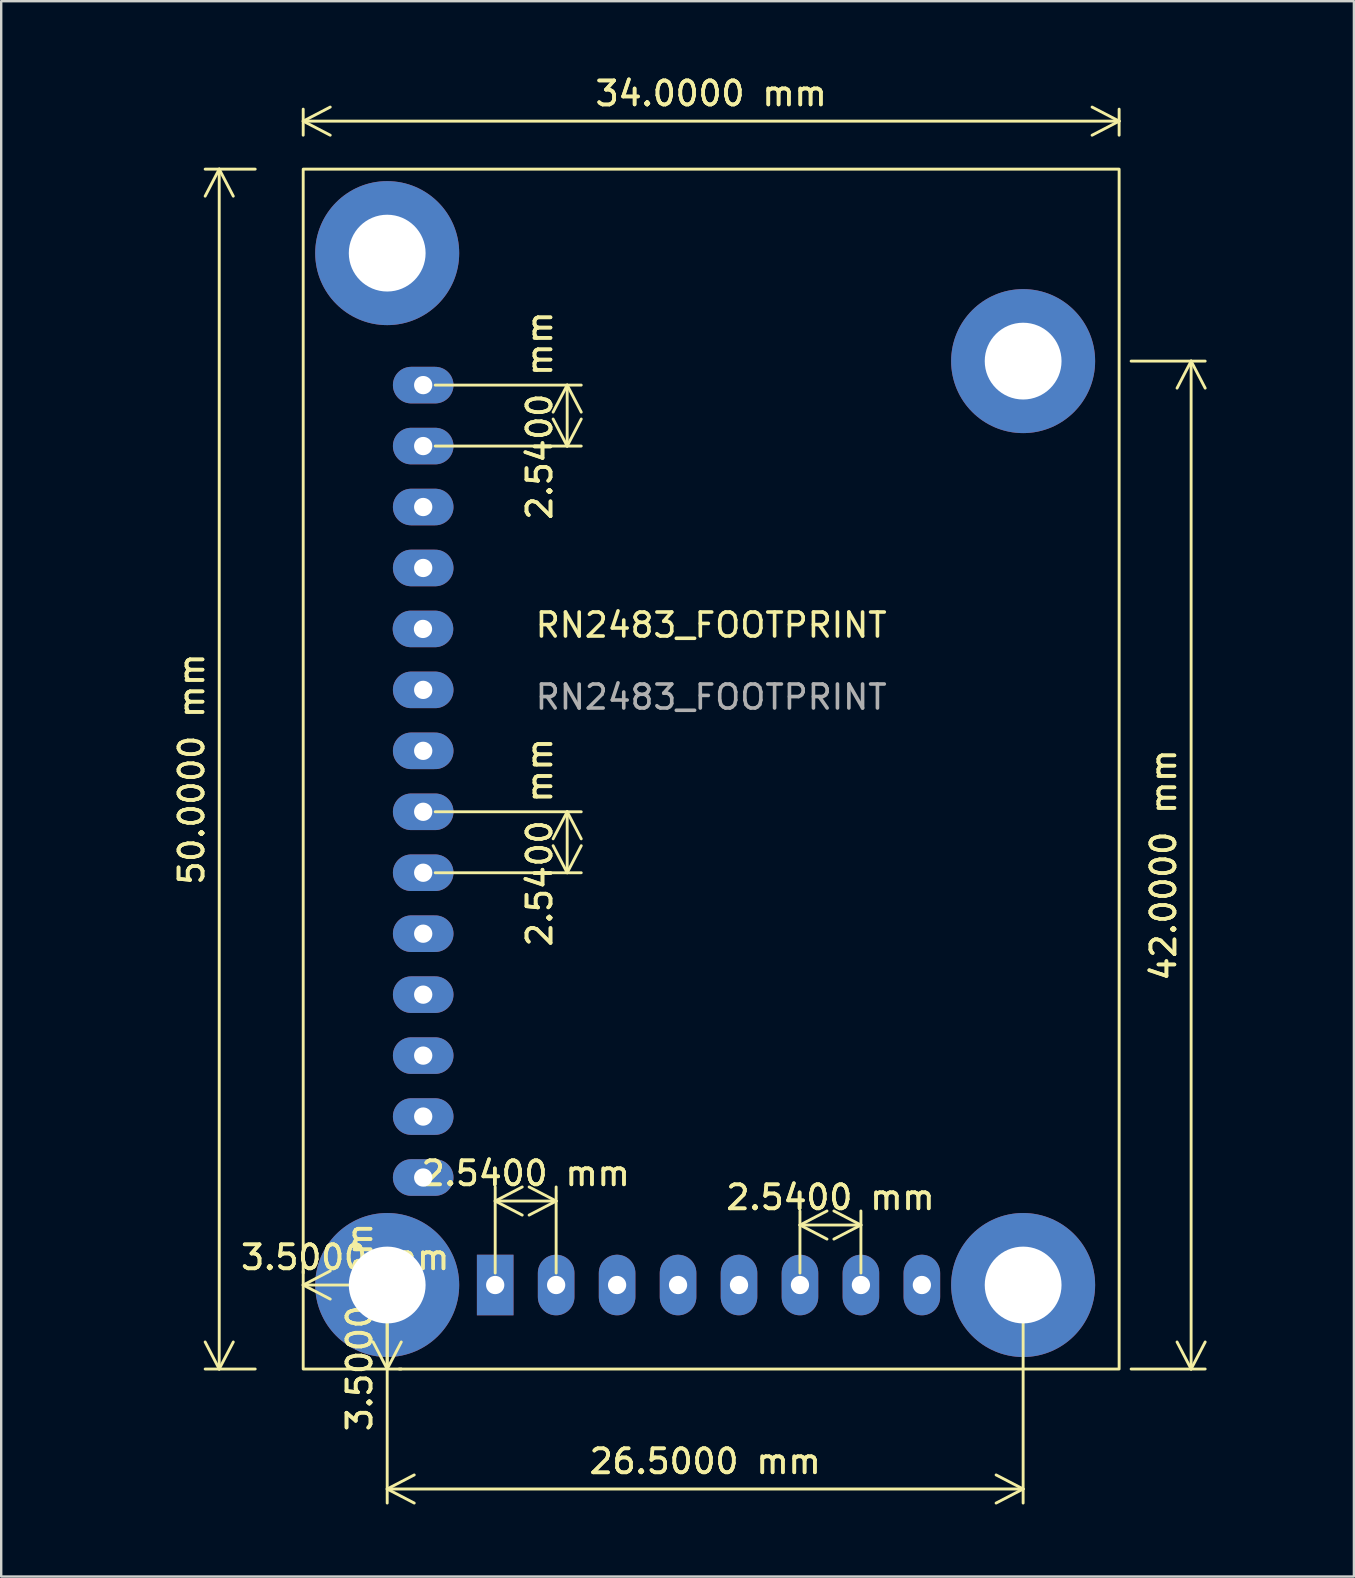
<source format=kicad_pcb>
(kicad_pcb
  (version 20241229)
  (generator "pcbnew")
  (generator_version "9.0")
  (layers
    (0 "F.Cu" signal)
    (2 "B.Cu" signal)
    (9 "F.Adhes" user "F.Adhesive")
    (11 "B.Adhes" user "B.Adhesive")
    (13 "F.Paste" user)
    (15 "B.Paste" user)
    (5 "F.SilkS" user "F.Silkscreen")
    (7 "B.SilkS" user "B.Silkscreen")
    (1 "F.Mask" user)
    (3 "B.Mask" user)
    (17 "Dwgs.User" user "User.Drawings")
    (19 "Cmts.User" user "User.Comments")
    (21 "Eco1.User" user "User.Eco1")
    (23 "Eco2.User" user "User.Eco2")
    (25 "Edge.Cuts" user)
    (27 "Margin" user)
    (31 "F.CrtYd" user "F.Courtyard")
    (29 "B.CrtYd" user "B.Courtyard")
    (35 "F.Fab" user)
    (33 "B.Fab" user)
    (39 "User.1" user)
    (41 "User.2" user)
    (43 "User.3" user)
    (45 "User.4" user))
  (footprint "RN2483_FOOTPRINT"
    (layer "F.Cu")
    (at 17.585 50.498)
    (property "Reference" "RN2483_FOOTPRINT" (at 9 -27.5 0) (unlocked yes) (layer "F.SilkS") (effects (font (size 1 1) (thickness 0.15))))
    (attr smd)
    (fp_rect (start -8 3.5) (end 26 -46.5) (stroke (width 0.12) (type solid)) (fill no) (layer "F.SilkS"))
    (fp_text user "${REFERENCE}" (at 9 -24.5 0) (unlocked yes) (layer "F.Fab") (effects (font (size 1 1) (thickness 0.15))))
    (dimension (type aligned) (layer "F.SilkS") (pts (xy 9.585 0.998) (xy 43.585 0.998)) (height 1) (format (prefix "") (suffix "") (units 3) (units_format 1) (precision 4)) (style (thickness 0.12) (arrow_length 1.27) (text_position_mode 0) (arrow_direction outward) (extension_height 0.586) (extension_offset 0.5) (keep_text_aligned yes)) (gr_text "34.0000 mm" (at 26.585 0.848 0) (layer "F.SilkS") (effects (font (size 1 1) (thickness 0.15)))))
    (dimension (type aligned) (layer "F.SilkS") (pts (xy 13.085 50.498) (xy 39.585 50.498)) (height 8.5) (format (prefix "") (suffix "") (units 3) (units_format 1) (precision 4)) (style (thickness 0.12) (arrow_length 1.27) (text_position_mode 0) (arrow_direction outward) (extension_height 0.586) (extension_offset 0.5) (keep_text_aligned yes)) (gr_text "26.5000 mm" (at 26.335 57.848 0) (layer "F.SilkS") (effects (font (size 1 1) (thickness 0.15)))))
    (dimension (type aligned) (layer "F.SilkS") (pts (xy 13.085 50.498) (xy 13.085 53.998)) (height 0) (format (prefix "") (suffix "") (units 3) (units_format 1) (precision 4)) (style (thickness 0.12) (arrow_length 1.27) (text_position_mode 0) (arrow_direction outward) (extension_height 0.586) (extension_offset 0.5) (keep_text_aligned yes)) (gr_text "3.5000 mm" (at 11.935 52.248 90) (layer "F.SilkS") (effects (font (size 1 1) (thickness 0.15)))))
    (dimension (type aligned) (layer "F.SilkS") (pts (xy 8.085 53.998) (xy 8.085 3.998)) (height -2) (format (prefix "") (suffix "") (units 3) (units_format 1) (precision 4)) (style (thickness 0.12) (arrow_length 1.27) (text_position_mode 0) (arrow_direction outward) (extension_height 0.586) (extension_offset 0.5) (keep_text_aligned yes)) (gr_text "50.0000 mm" (at 4.935 28.998 90) (layer "F.SilkS") (effects (font (size 1 1) (thickness 0.15)))))
    (dimension (type aligned) (layer "F.SilkS") (pts (xy 43.585 53.998) (xy 43.585 11.998)) (height 3) (format (prefix "") (suffix "") (units 3) (units_format 1) (precision 4)) (style (thickness 0.12) (arrow_length 1.27) (text_position_mode 0) (arrow_direction outward) (extension_height 0.586) (extension_offset 0.5) (keep_text_aligned yes)) (gr_text "42.0000 mm" (at 45.435 32.998 90) (layer "F.SilkS") (effects (font (size 1 1) (thickness 0.15)))))
    (dimension (type aligned) (layer "F.SilkS") (pts (xy 14.585 12.998) (xy 14.585 15.538)) (height -6) (format (prefix "") (suffix "") (units 3) (units_format 1) (precision 4)) (style (thickness 0.12) (arrow_length 1.27) (text_position_mode 0) (arrow_direction outward) (extension_height 0.586) (extension_offset 0.5) (keep_text_aligned yes)) (gr_text "2.5400 mm" (at 19.435 14.268 90) (layer "F.SilkS") (effects (font (size 1 1) (thickness 0.15)))))
    (dimension (type aligned) (layer "F.SilkS") (pts (xy 14.585 30.778) (xy 14.585 33.318)) (height -6) (format (prefix "") (suffix "") (units 3) (units_format 1) (precision 4)) (style (thickness 0.12) (arrow_length 1.27) (text_position_mode 0) (arrow_direction outward) (extension_height 0.586) (extension_offset 0.5) (keep_text_aligned yes)) (gr_text "2.5400 mm" (at 19.435 32.048 90) (layer "F.SilkS") (effects (font (size 1 1) (thickness 0.15)))))
    (dimension (type aligned) (layer "F.SilkS") (pts (xy 30.285 50.498) (xy 32.825 50.498)) (height -2.5) (format (prefix "") (suffix "") (units 3) (units_format 1) (precision 4)) (style (thickness 0.12) (arrow_length 1.27) (text_position_mode 0) (arrow_direction outward) (extension_height 0.586) (extension_offset 0.5) (keep_text_aligned yes)) (gr_text "2.5400 mm" (at 31.555 46.848 0) (layer "F.SilkS") (effects (font (size 1 1) (thickness 0.15)))))
    (dimension (type aligned) (layer "F.SilkS") (pts (xy 9.585 50.498) (xy 13.085 50.498)) (height 0) (format (prefix "") (suffix "") (units 3) (units_format 1) (precision 4)) (style (thickness 0.12) (arrow_length 1.27) (text_position_mode 0) (arrow_direction outward) (extension_height 0.586) (extension_offset 0.5) (keep_text_aligned yes)) (gr_text "3.5000 mm" (at 11.335 49.348 0) (layer "F.SilkS") (effects (font (size 1 1) (thickness 0.15)))))
    (dimension (type aligned) (layer "F.SilkS") (pts (xy 17.585 50.498) (xy 20.125 50.498)) (height -3.5) (format (prefix "") (suffix "") (units 3) (units_format 1) (precision 4)) (style (thickness 0.12) (arrow_length 1.27) (text_position_mode 0) (arrow_direction outward) (extension_height 0.586) (extension_offset 0.5) (keep_text_aligned yes)) (gr_text "2.5400 mm" (at 18.855 45.848 0) (layer "F.SilkS") (effects (font (size 1 1) (thickness 0.15)))))
    (pad "" np_thru_hole circle (at -4.5 -43) (size 6 6) (drill 3.2) (layers "*.Cu" "*.Mask"))
    (pad "" np_thru_hole circle (at -4.5 0) (size 6 6) (drill 3.2) (layers "*.Cu" "*.Mask"))
    (pad "" np_thru_hole circle (at 22 -38.5) (size 6 6) (drill 3.2) (layers "*.Cu" "*.Mask"))
    (pad "" np_thru_hole circle (at 22 0) (size 6 6) (drill 3.2) (layers "*.Cu" "*.Mask"))
    (pad "1" thru_hole rect (at 0 0) (size 1.524 2.524) (drill 0.762) (layers "*.Cu" "*.Mask"))
    (pad "2" thru_hole oval (at 2.54 0) (size 1.524 2.524) (drill 0.762) (layers "*.Cu" "*.Mask"))
    (pad "3" thru_hole oval (at 5.08 0) (size 1.524 2.524) (drill 0.762) (layers "*.Cu" "*.Mask"))
    (pad "4" thru_hole oval (at 7.62 0) (size 1.524 2.524) (drill 0.762) (layers "*.Cu" "*.Mask"))
    (pad "5" thru_hole oval (at 10.16 0) (size 1.524 2.524) (drill 0.762) (layers "*.Cu" "*.Mask"))
    (pad "6" thru_hole oval (at 12.7 0) (size 1.524 2.524) (drill 0.762) (layers "*.Cu" "*.Mask"))
    (pad "7" thru_hole oval (at 15.24 0) (size 1.524 2.524) (drill 0.762) (layers "*.Cu" "*.Mask"))
    (pad "8" thru_hole oval (at 17.78 0) (size 1.524 2.524) (drill 0.762) (layers "*.Cu" "*.Mask"))
    (pad "9" thru_hole oval (at -3 -37.5) (size 2.524 1.524) (drill 0.762) (layers "*.Cu" "*.Mask"))
    (pad "10" thru_hole oval (at -3 -34.96) (size 2.524 1.524) (drill 0.762) (layers "*.Cu" "*.Mask"))
    (pad "11" thru_hole oval (at -3 -32.42) (size 2.524 1.524) (drill 0.762) (layers "*.Cu" "*.Mask"))
    (pad "12" thru_hole oval (at -3 -29.88) (size 2.524 1.524) (drill 0.762) (layers "*.Cu" "*.Mask"))
    (pad "13" thru_hole oval (at -3.009 -27.34) (size 2.524 1.524) (drill 0.762) (layers "*.Cu" "*.Mask"))
    (pad "14" thru_hole oval (at -3 -24.8) (size 2.524 1.524) (drill 0.762) (layers "*.Cu" "*.Mask"))
    (pad "15" thru_hole oval (at -3 -22.26) (size 2.524 1.524) (drill 0.762) (layers "*.Cu" "*.Mask"))
    (pad "16" thru_hole oval (at -3 -19.72) (size 2.524 1.524) (drill 0.762) (layers "*.Cu" "*.Mask"))
    (pad "17" thru_hole oval (at -3 -17.18) (size 2.524 1.524) (drill 0.762) (layers "*.Cu" "*.Mask"))
    (pad "18" thru_hole oval (at -3 -14.64) (size 2.524 1.524) (drill 0.762) (layers "*.Cu" "*.Mask"))
    (pad "19" thru_hole oval (at -3 -12.1) (size 2.524 1.524) (drill 0.762) (layers "*.Cu" "*.Mask"))
    (pad "20" thru_hole oval (at -3 -9.56) (size 2.524 1.524) (drill 0.762) (layers "*.Cu" "*.Mask"))
    (pad "21" thru_hole oval (at -3 -7.02) (size 2.524 1.524) (drill 0.762) (layers "*.Cu" "*.Mask"))
    (pad "22" thru_hole oval (at -3 -4.48) (size 2.524 1.524) (drill 0.762) (layers "*.Cu" "*.Mask")))
  (gr_rect
    (start -3 -3)
    (end 53.369 62.645)
    (stroke (width 0.1) (type default))
    (fill no)
    (layer "Edge.Cuts")))
</source>
